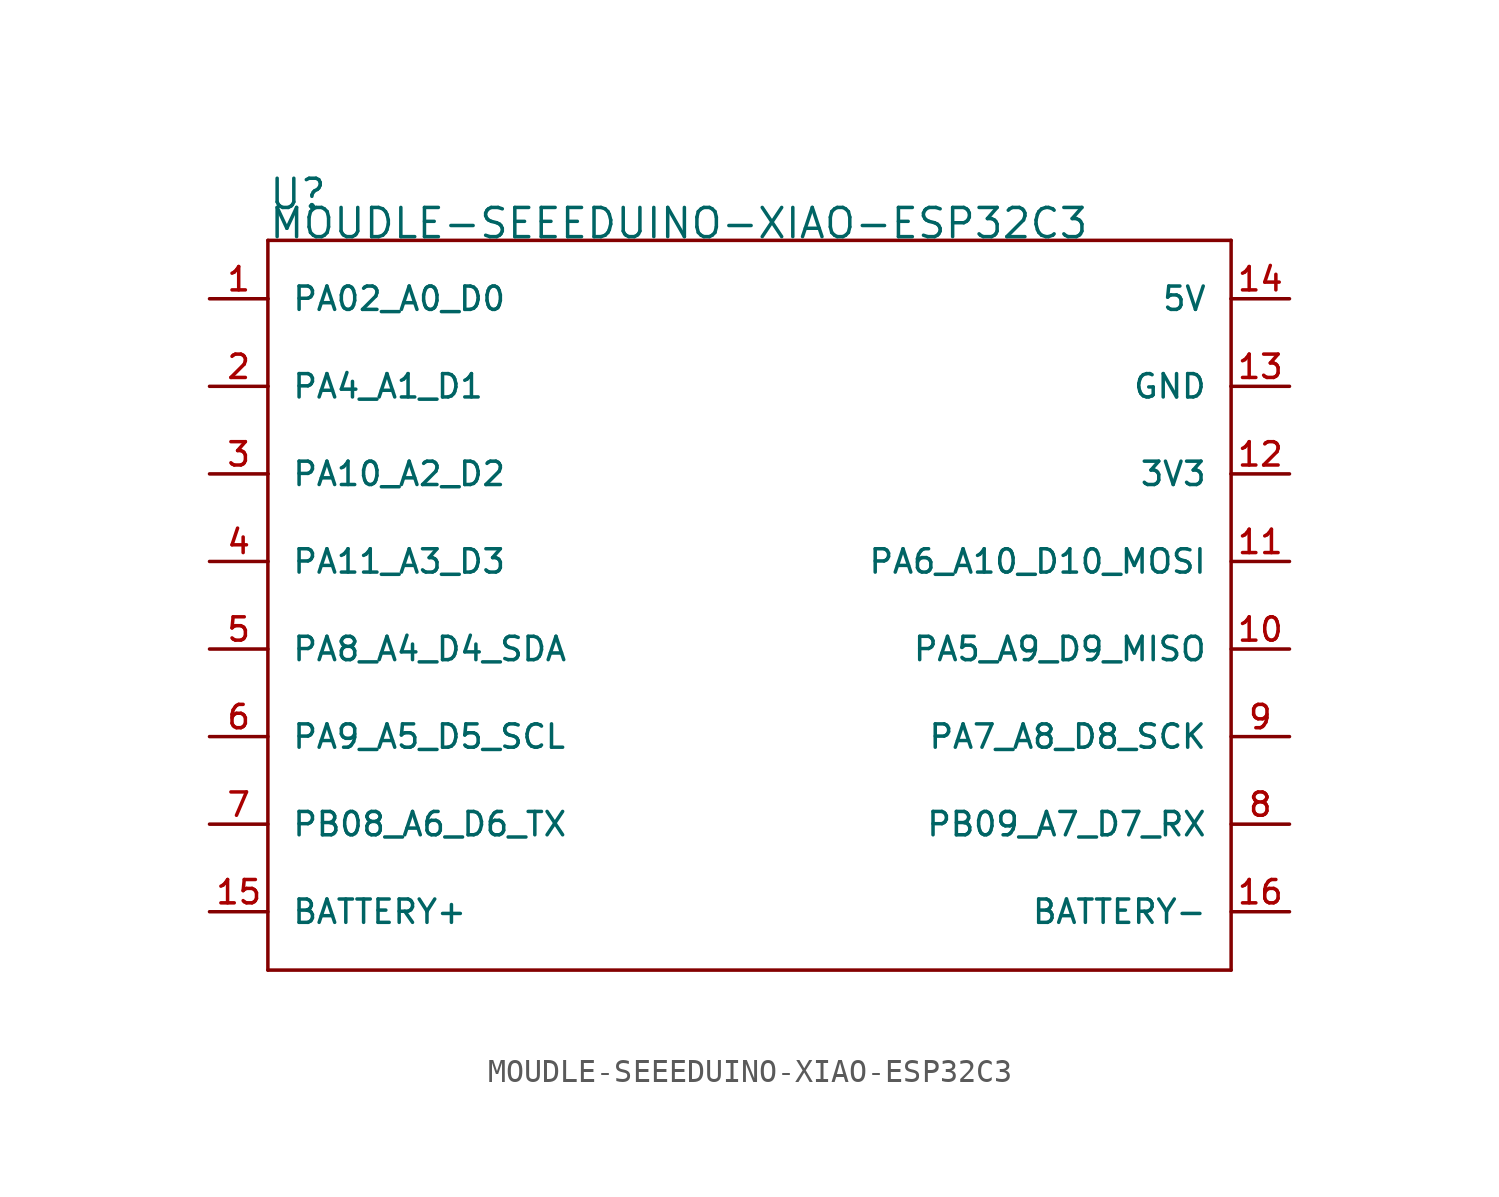
<source format=kicad_sym>
(kicad_symbol_lib
  (version 20231120)
  (generator "kicad_symbol_editor")
  (generator_version "8.0")
  (symbol "MOUDLE-SEEEDUINO-XIAO-ESP32C3"
    (pin_names
      (offset 1.016))
    (property "Reference" "U"
      (at -21.59 15.24 0)
      (effects (font (size 1.27 1.27)) (justify left bottom)))
    (property "Value" "MOUDLE-SEEEDUINO-XIAO-ESP32C3"
      (at -21.59 13.97 0)
      (effects (font (size 1.27 1.27)) (justify left bottom)))
    (symbol "MOUDLE-SEEEDUINO-XIAO-ESP32C3_0_0"
      (polyline (pts (xy -21.59 -17.78) (xy -21.59 0)) (stroke (width 0.152) (type default)) (fill (type none)))
      (polyline (pts (xy -21.59 0) (xy -21.59 3.81)) (stroke (width 0.152) (type default)) (fill (type none)))
      (polyline (pts (xy -21.59 3.81) (xy -21.59 7.62)) (stroke (width 0.152) (type default)) (fill (type none)))
      (polyline (pts (xy -21.59 7.62) (xy -21.59 11.43)) (stroke (width 0.152) (type default)) (fill (type none)))
      (polyline (pts (xy -21.59 11.43) (xy -21.59 13.97)) (stroke (width 0.152) (type default)) (fill (type none)))
      (polyline (pts (xy -21.59 13.97) (xy 20.32 13.97)) (stroke (width 0.152) (type default)) (fill (type none)))
      (polyline (pts (xy 20.32 -17.78) (xy -21.59 -17.78)) (stroke (width 0.152) (type default)) (fill (type none)))
      (polyline (pts (xy 20.32 3.81) (xy 20.32 -17.78)) (stroke (width 0.152) (type default)) (fill (type none)))
      (polyline (pts (xy 20.32 7.62) (xy 20.32 3.81)) (stroke (width 0.152) (type default)) (fill (type none)))
      (polyline (pts (xy 20.32 11.43) (xy 20.32 7.62)) (stroke (width 0.152) (type default)) (fill (type none)))
      (polyline (pts (xy 20.32 13.97) (xy 20.32 11.43)) (stroke (width 0.152) (type default)) (fill (type none)))
      (pin bidirectional line (at -24.13 11.43 0) (length 2.54) (name "PA02_A0_D0" (effects (font (size 1.016 1.016)))) (number "1" (effects (font (size 1.016 1.016)))))
      (pin bidirectional line (at 22.86 -3.81 180) (length 2.54) (name "PA5_A9_D9_MISO" (effects (font (size 1.016 1.016)))) (number "10" (effects (font (size 1.016 1.016)))))
      (pin bidirectional line (at 22.86 0 180) (length 2.54) (name "PA6_A10_D10_MOSI" (effects (font (size 1.016 1.016)))) (number "11" (effects (font (size 1.016 1.016)))))
      (pin bidirectional line (at 22.86 3.81 180) (length 2.54) (name "3V3" (effects (font (size 1.016 1.016)))) (number "12" (effects (font (size 1.016 1.016)))))
      (pin bidirectional line (at 22.86 7.62 180) (length 2.54) (name "GND" (effects (font (size 1.016 1.016)))) (number "13" (effects (font (size 1.016 1.016)))))
      (pin bidirectional line (at 22.86 11.43 180) (length 2.54) (name "5V" (effects (font (size 1.016 1.016)))) (number "14" (effects (font (size 1.016 1.016)))))
      (pin bidirectional line (at -24.13 7.62 0) (length 2.54) (name "PA4_A1_D1" (effects (font (size 1.016 1.016)))) (number "2" (effects (font (size 1.016 1.016)))))
      (pin bidirectional line (at -24.13 3.81 0) (length 2.54) (name "PA10_A2_D2" (effects (font (size 1.016 1.016)))) (number "3" (effects (font (size 1.016 1.016)))))
      (pin bidirectional line (at -24.13 0 0) (length 2.54) (name "PA11_A3_D3" (effects (font (size 1.016 1.016)))) (number "4" (effects (font (size 1.016 1.016)))))
      (pin bidirectional line (at -24.13 -3.81 0) (length 2.54) (name "PA8_A4_D4_SDA" (effects (font (size 1.016 1.016)))) (number "5" (effects (font (size 1.016 1.016)))))
      (pin bidirectional line (at -24.13 -7.62 0) (length 2.54) (name "PA9_A5_D5_SCL" (effects (font (size 1.016 1.016)))) (number "6" (effects (font (size 1.016 1.016)))))
      (pin bidirectional line (at -24.13 -11.43 0) (length 2.54) (name "PB08_A6_D6_TX" (effects (font (size 1.016 1.016)))) (number "7" (effects (font (size 1.016 1.016)))))
      (pin bidirectional line (at 22.86 -11.43 180) (length 2.54) (name "PB09_A7_D7_RX" (effects (font (size 1.016 1.016)))) (number "8" (effects (font (size 1.016 1.016)))))
      (pin bidirectional line (at 22.86 -7.62 180) (length 2.54) (name "PA7_A8_D8_SCK" (effects (font (size 1.016 1.016)))) (number "9" (effects (font (size 1.016 1.016))))))
    (symbol "MOUDLE-SEEEDUINO-XIAO-ESP32C3_1_0"
      (pin bidirectional line (at -24.13 -15.24 0) (length 2.54) (name "BATTERY+" (effects (font (size 1.016 1.016)))) (number "15" (effects (font (size 1.016 1.016)))))
      (pin bidirectional line (at 22.86 -15.24 180) (length 2.54) (name "BATTERY-" (effects (font (size 1.016 1.016)))) (number "16" (effects (font (size 1.016 1.016))))))))
</source>
